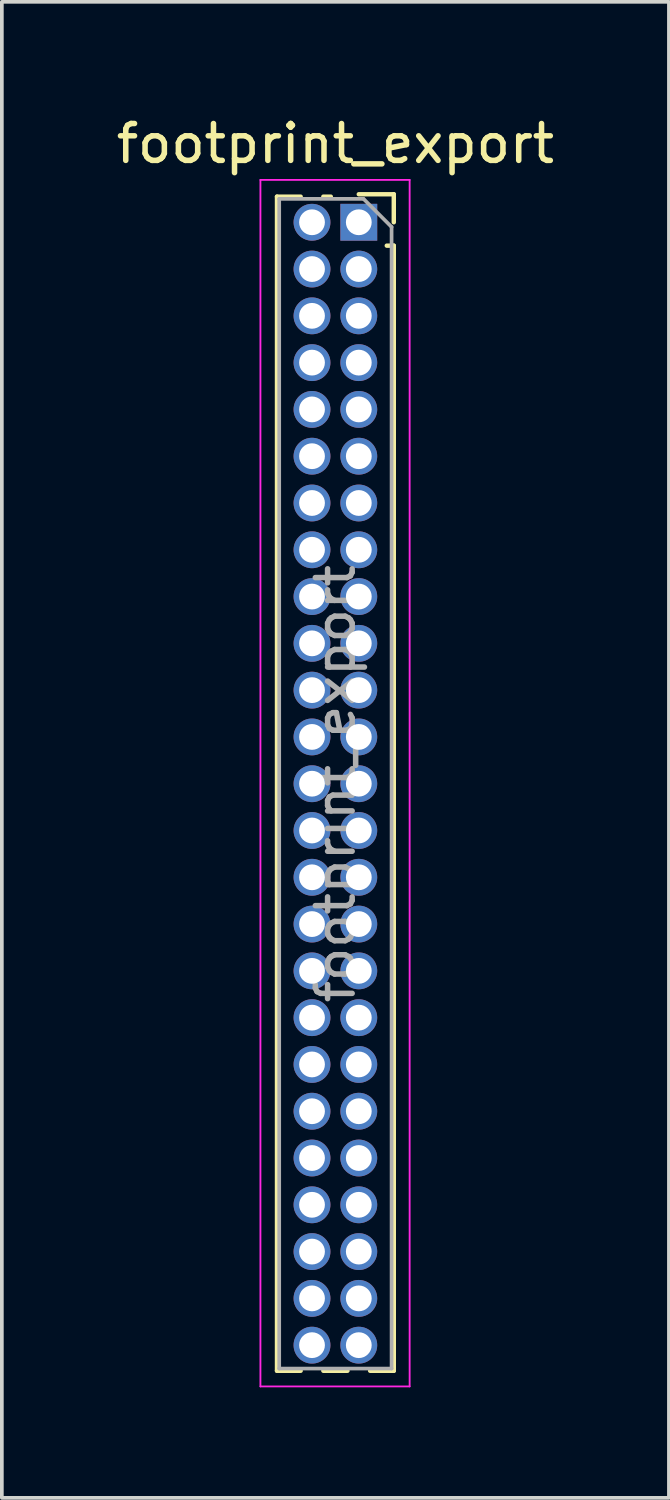
<source format=kicad_pcb>
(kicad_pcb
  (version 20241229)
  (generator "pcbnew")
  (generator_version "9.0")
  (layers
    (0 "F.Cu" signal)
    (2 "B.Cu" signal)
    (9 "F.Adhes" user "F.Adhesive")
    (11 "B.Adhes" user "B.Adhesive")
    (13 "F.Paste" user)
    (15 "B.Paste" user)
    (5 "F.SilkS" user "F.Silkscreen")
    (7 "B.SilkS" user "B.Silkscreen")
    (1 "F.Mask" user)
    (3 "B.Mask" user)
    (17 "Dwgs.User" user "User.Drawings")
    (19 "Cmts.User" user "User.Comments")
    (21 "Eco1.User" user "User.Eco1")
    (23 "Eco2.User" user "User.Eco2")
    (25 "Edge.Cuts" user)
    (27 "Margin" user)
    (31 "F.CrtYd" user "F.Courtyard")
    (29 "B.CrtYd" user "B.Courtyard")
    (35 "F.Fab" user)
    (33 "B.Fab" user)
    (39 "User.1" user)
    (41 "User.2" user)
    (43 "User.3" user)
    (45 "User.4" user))
  (footprint "footprint_export"
    (layer "F.Cu")
    (at 6.689 2.983)
    (property "Reference" "footprint_export" (at -0.635 -2.135 0) (layer "F.SilkS") (effects (font (size 1 1) (thickness 0.15))))
    (attr through_hole)
    (fp_line (start -2.22 -0.695) (end -2.22 31.175) (stroke (width 0.12) (type solid)) (layer "F.SilkS"))
    (fp_line (start -2.22 -0.695) (end -1.578 -0.695) (stroke (width 0.12) (type solid)) (layer "F.SilkS"))
    (fp_line (start -2.22 31.175) (end -1.578 31.175) (stroke (width 0.12) (type solid)) (layer "F.SilkS"))
    (fp_line (start -0.962 -0.695) (end -0.76 -0.695) (stroke (width 0.12) (type solid)) (layer "F.SilkS"))
    (fp_line (start -0.962 31.175) (end -0.308 31.175) (stroke (width 0.12) (type solid)) (layer "F.SilkS"))
    (fp_line (start 0 -0.76) (end 0.95 -0.76) (stroke (width 0.12) (type solid)) (layer "F.SilkS"))
    (fp_line (start 0.308 31.175) (end 0.95 31.175) (stroke (width 0.12) (type solid)) (layer "F.SilkS"))
    (fp_line (start 0.76 0.635) (end 0.95 0.635) (stroke (width 0.12) (type solid)) (layer "F.SilkS"))
    (fp_line (start 0.95 -0.76) (end 0.95 0) (stroke (width 0.12) (type solid)) (layer "F.SilkS"))
    (fp_line (start 0.95 0.635) (end 0.95 31.175) (stroke (width 0.12) (type solid)) (layer "F.SilkS"))
    (fp_line (start -2.67 -1.15) (end 1.38 -1.15) (stroke (width 0.05) (type solid)) (layer "F.CrtYd"))
    (fp_line (start -2.67 31.6) (end -2.67 -1.15) (stroke (width 0.05) (type solid)) (layer "F.CrtYd"))
    (fp_line (start 1.38 -1.15) (end 1.38 31.6) (stroke (width 0.05) (type solid)) (layer "F.CrtYd"))
    (fp_line (start 1.38 31.6) (end -2.67 31.6) (stroke (width 0.05) (type solid)) (layer "F.CrtYd"))
    (fp_line (start -2.16 -0.635) (end 0.128 -0.635) (stroke (width 0.1) (type solid)) (layer "F.Fab"))
    (fp_line (start -2.16 31.115) (end -2.16 -0.635) (stroke (width 0.1) (type solid)) (layer "F.Fab"))
    (fp_line (start 0.128 -0.635) (end 0.89 0.128) (stroke (width 0.1) (type solid)) (layer "F.Fab"))
    (fp_line (start 0.89 0.128) (end 0.89 31.115) (stroke (width 0.1) (type solid)) (layer "F.Fab"))
    (fp_line (start 0.89 31.115) (end -2.16 31.115) (stroke (width 0.1) (type solid)) (layer "F.Fab"))
    (fp_text user "${REFERENCE}" (at -0.635 15.24 90) (layer "F.Fab") (effects (font (size 1 1) (thickness 0.15))))
    (pad "1" thru_hole rect (at 0 0) (size 1 1) (drill 0.7) (layers "*.Cu" "*.Mask"))
    (pad "2" thru_hole oval (at -1.27 0) (size 1 1) (drill 0.7) (layers "*.Cu" "*.Mask"))
    (pad "3" thru_hole oval (at 0 1.27) (size 1 1) (drill 0.7) (layers "*.Cu" "*.Mask"))
    (pad "4" thru_hole oval (at -1.27 1.27) (size 1 1) (drill 0.7) (layers "*.Cu" "*.Mask"))
    (pad "5" thru_hole oval (at 0 2.54) (size 1 1) (drill 0.7) (layers "*.Cu" "*.Mask"))
    (pad "6" thru_hole oval (at -1.27 2.54) (size 1 1) (drill 0.7) (layers "*.Cu" "*.Mask"))
    (pad "7" thru_hole oval (at 0 3.81) (size 1 1) (drill 0.7) (layers "*.Cu" "*.Mask"))
    (pad "8" thru_hole oval (at -1.27 3.81) (size 1 1) (drill 0.7) (layers "*.Cu" "*.Mask"))
    (pad "9" thru_hole oval (at 0 5.08) (size 1 1) (drill 0.7) (layers "*.Cu" "*.Mask"))
    (pad "10" thru_hole oval (at -1.27 5.08) (size 1 1) (drill 0.7) (layers "*.Cu" "*.Mask"))
    (pad "11" thru_hole oval (at 0 6.35) (size 1 1) (drill 0.7) (layers "*.Cu" "*.Mask"))
    (pad "12" thru_hole oval (at -1.27 6.35) (size 1 1) (drill 0.7) (layers "*.Cu" "*.Mask"))
    (pad "13" thru_hole oval (at 0 7.62) (size 1 1) (drill 0.7) (layers "*.Cu" "*.Mask"))
    (pad "14" thru_hole oval (at -1.27 7.62) (size 1 1) (drill 0.7) (layers "*.Cu" "*.Mask"))
    (pad "15" thru_hole oval (at 0 8.89) (size 1 1) (drill 0.7) (layers "*.Cu" "*.Mask"))
    (pad "16" thru_hole oval (at -1.27 8.89) (size 1 1) (drill 0.7) (layers "*.Cu" "*.Mask"))
    (pad "17" thru_hole oval (at 0 10.16) (size 1 1) (drill 0.7) (layers "*.Cu" "*.Mask"))
    (pad "18" thru_hole oval (at -1.27 10.16) (size 1 1) (drill 0.7) (layers "*.Cu" "*.Mask"))
    (pad "19" thru_hole oval (at 0 11.43) (size 1 1) (drill 0.7) (layers "*.Cu" "*.Mask"))
    (pad "20" thru_hole oval (at -1.27 11.43) (size 1 1) (drill 0.7) (layers "*.Cu" "*.Mask"))
    (pad "21" thru_hole oval (at 0 12.7) (size 1 1) (drill 0.7) (layers "*.Cu" "*.Mask"))
    (pad "22" thru_hole oval (at -1.27 12.7) (size 1 1) (drill 0.7) (layers "*.Cu" "*.Mask"))
    (pad "23" thru_hole oval (at 0 13.97) (size 1 1) (drill 0.7) (layers "*.Cu" "*.Mask"))
    (pad "24" thru_hole oval (at -1.27 13.97) (size 1 1) (drill 0.7) (layers "*.Cu" "*.Mask"))
    (pad "25" thru_hole oval (at 0 15.24) (size 1 1) (drill 0.7) (layers "*.Cu" "*.Mask"))
    (pad "26" thru_hole oval (at -1.27 15.24) (size 1 1) (drill 0.7) (layers "*.Cu" "*.Mask"))
    (pad "27" thru_hole oval (at 0 16.51) (size 1 1) (drill 0.7) (layers "*.Cu" "*.Mask"))
    (pad "28" thru_hole oval (at -1.27 16.51) (size 1 1) (drill 0.7) (layers "*.Cu" "*.Mask"))
    (pad "29" thru_hole oval (at 0 17.78) (size 1 1) (drill 0.7) (layers "*.Cu" "*.Mask"))
    (pad "30" thru_hole oval (at -1.27 17.78) (size 1 1) (drill 0.7) (layers "*.Cu" "*.Mask"))
    (pad "31" thru_hole oval (at 0 19.05) (size 1 1) (drill 0.7) (layers "*.Cu" "*.Mask"))
    (pad "32" thru_hole oval (at -1.27 19.05) (size 1 1) (drill 0.7) (layers "*.Cu" "*.Mask"))
    (pad "33" thru_hole oval (at 0 20.32) (size 1 1) (drill 0.7) (layers "*.Cu" "*.Mask"))
    (pad "34" thru_hole oval (at -1.27 20.32) (size 1 1) (drill 0.7) (layers "*.Cu" "*.Mask"))
    (pad "35" thru_hole oval (at 0 21.59) (size 1 1) (drill 0.7) (layers "*.Cu" "*.Mask"))
    (pad "36" thru_hole oval (at -1.27 21.59) (size 1 1) (drill 0.7) (layers "*.Cu" "*.Mask"))
    (pad "37" thru_hole oval (at 0 22.86) (size 1 1) (drill 0.7) (layers "*.Cu" "*.Mask"))
    (pad "38" thru_hole oval (at -1.27 22.86) (size 1 1) (drill 0.7) (layers "*.Cu" "*.Mask"))
    (pad "39" thru_hole oval (at 0 24.13) (size 1 1) (drill 0.7) (layers "*.Cu" "*.Mask"))
    (pad "40" thru_hole oval (at -1.27 24.13) (size 1 1) (drill 0.7) (layers "*.Cu" "*.Mask"))
    (pad "41" thru_hole oval (at 0 25.4) (size 1 1) (drill 0.7) (layers "*.Cu" "*.Mask"))
    (pad "42" thru_hole oval (at -1.27 25.4) (size 1 1) (drill 0.7) (layers "*.Cu" "*.Mask"))
    (pad "43" thru_hole oval (at 0 26.67) (size 1 1) (drill 0.7) (layers "*.Cu" "*.Mask"))
    (pad "44" thru_hole oval (at -1.27 26.67) (size 1 1) (drill 0.7) (layers "*.Cu" "*.Mask"))
    (pad "45" thru_hole oval (at 0 27.94) (size 1 1) (drill 0.7) (layers "*.Cu" "*.Mask"))
    (pad "46" thru_hole oval (at -1.27 27.94) (size 1 1) (drill 0.7) (layers "*.Cu" "*.Mask"))
    (pad "47" thru_hole oval (at 0 29.21) (size 1 1) (drill 0.7) (layers "*.Cu" "*.Mask"))
    (pad "48" thru_hole oval (at -1.27 29.21) (size 1 1) (drill 0.7) (layers "*.Cu" "*.Mask"))
    (pad "49" thru_hole oval (at 0 30.48) (size 1 1) (drill 0.7) (layers "*.Cu" "*.Mask"))
    (pad "50" thru_hole oval (at -1.27 30.48) (size 1 1) (drill 0.7) (layers "*.Cu" "*.Mask")))
  (gr_rect
    (start -3 -3)
    (end 15.107 37.608)
    (stroke (width 0.1) (type default))
    (fill no)
    (layer "Edge.Cuts")))
</source>
